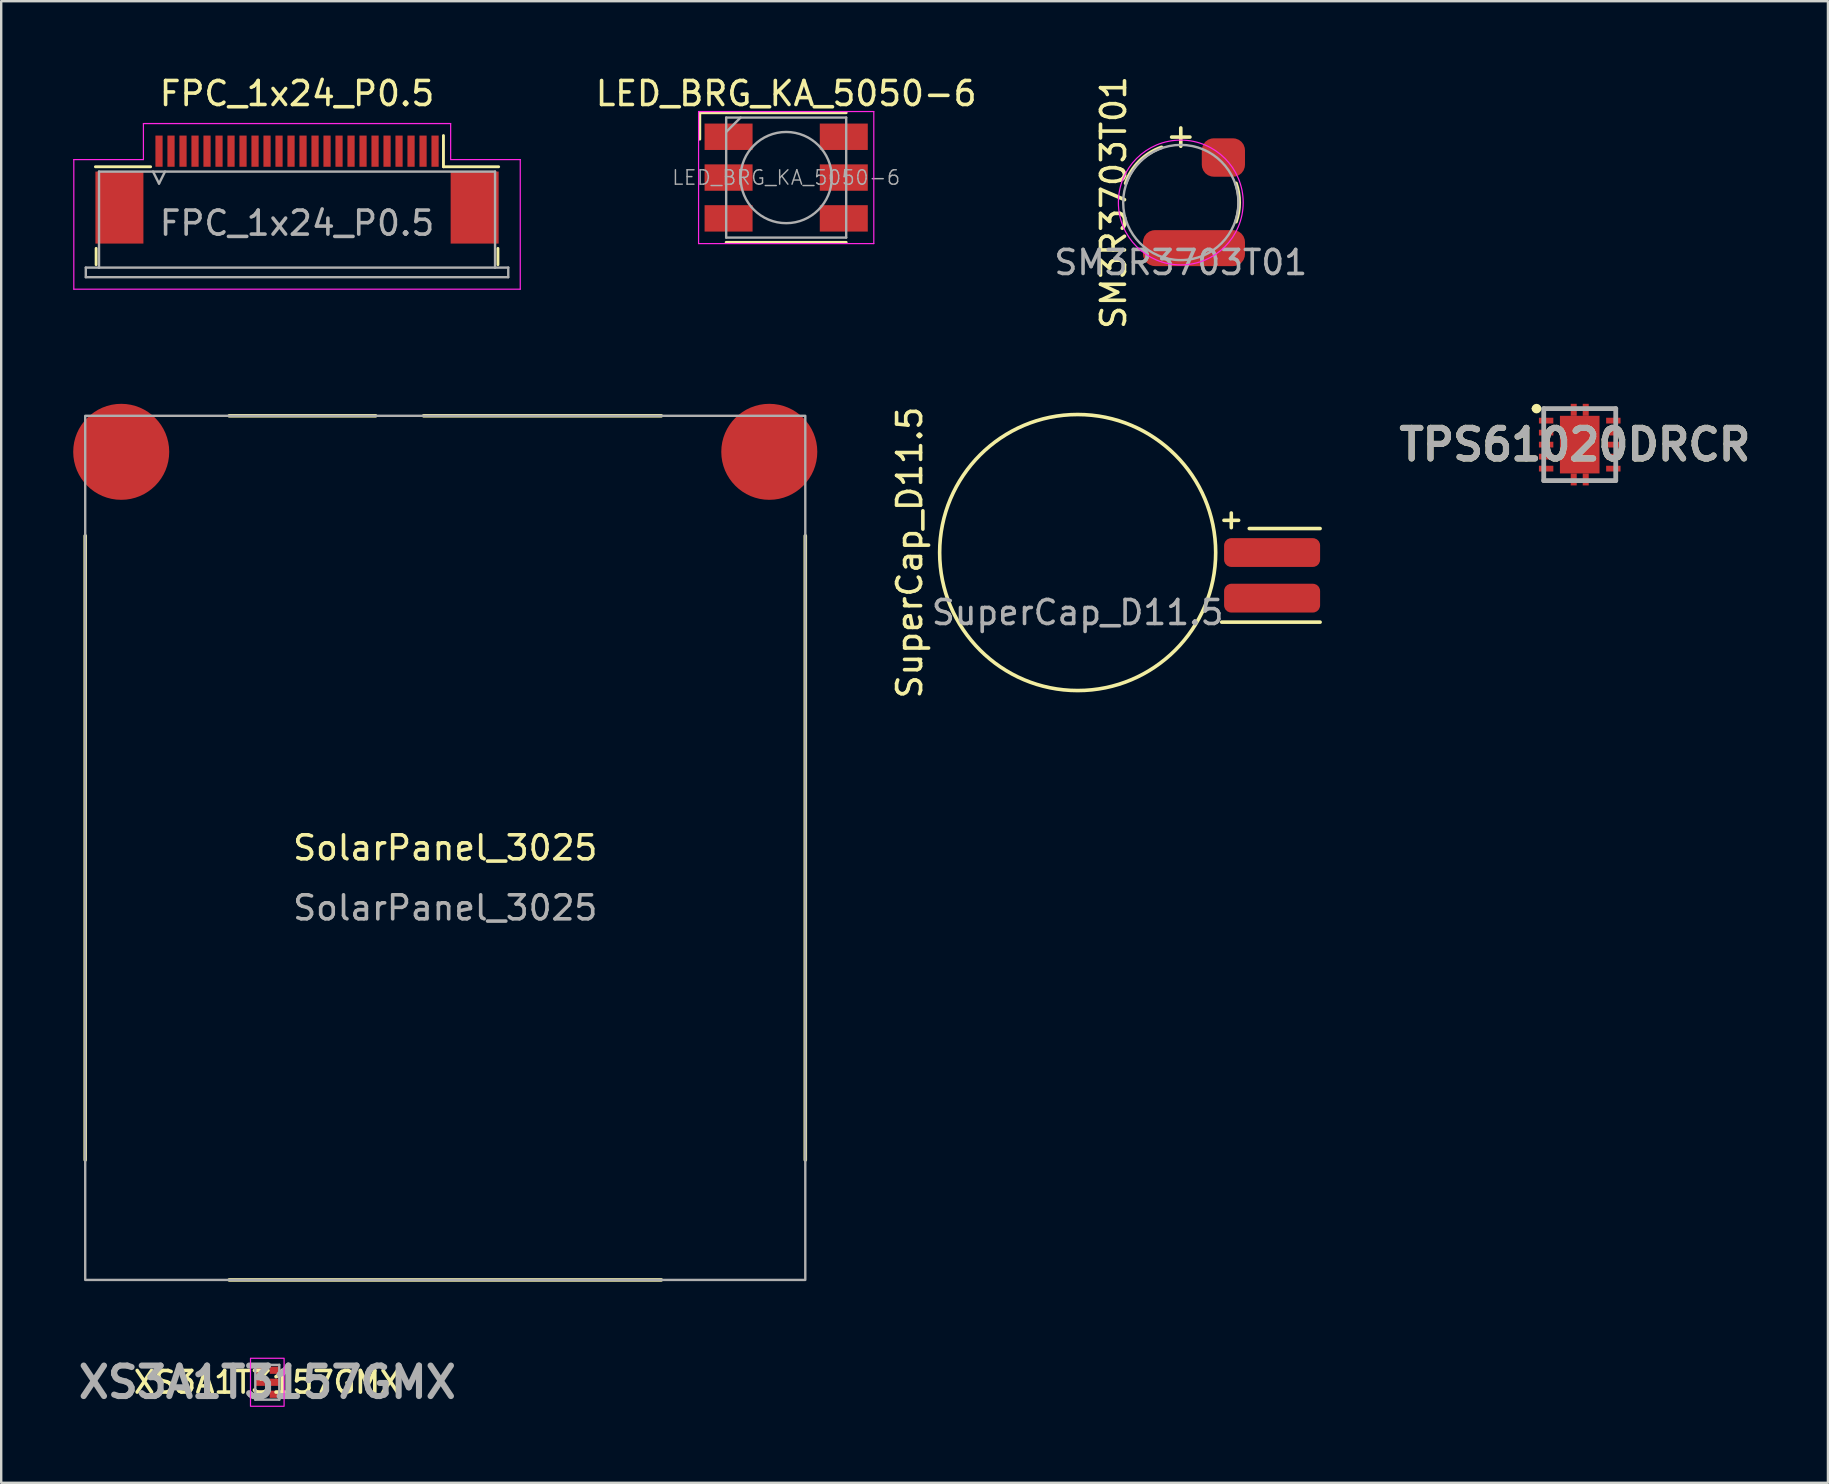
<source format=kicad_pcb>
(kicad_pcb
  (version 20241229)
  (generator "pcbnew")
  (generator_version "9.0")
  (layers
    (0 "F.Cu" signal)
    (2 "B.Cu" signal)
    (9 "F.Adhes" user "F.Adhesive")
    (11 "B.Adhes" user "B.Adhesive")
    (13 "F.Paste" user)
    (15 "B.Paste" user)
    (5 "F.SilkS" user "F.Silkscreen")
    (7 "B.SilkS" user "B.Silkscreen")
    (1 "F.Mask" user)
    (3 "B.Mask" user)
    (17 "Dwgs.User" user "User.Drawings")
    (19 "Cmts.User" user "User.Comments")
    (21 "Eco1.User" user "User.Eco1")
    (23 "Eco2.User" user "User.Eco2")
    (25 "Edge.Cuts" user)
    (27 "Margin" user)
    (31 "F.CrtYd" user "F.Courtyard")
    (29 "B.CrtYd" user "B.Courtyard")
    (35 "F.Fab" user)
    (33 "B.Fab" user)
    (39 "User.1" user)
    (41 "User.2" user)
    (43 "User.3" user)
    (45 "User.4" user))
  (footprint "SuperCap_D11.5"
    (layer "F.Cu")
    (at 41.848 19.97)
    (property "Reference" "SuperCap_D11.5" (at -7 0 90) (unlocked yes) (layer "F.SilkS") (effects (font (size 1 1) (thickness 0.15))))
    (attr smd)
    (fp_line (start 6 2.9) (end 10.1 2.9) (stroke (width 0.15) (type default)) (layer "F.SilkS"))
    (fp_line (start 7.15 -1) (end 10.1 -1) (stroke (width 0.15) (type default)) (layer "F.SilkS"))
    (fp_circle (center 0 0) (end 5.75 0) (stroke (width 0.15) (type default)) (fill no) (layer "F.SilkS"))
    (fp_text user "+" (at 6.4 -1.4 0) (unlocked yes) (layer "F.SilkS") (effects (font (size 0.8 0.8) (thickness 0.15))))
    (fp_text user "${REFERENCE}" (at 0 2.5 0) (unlocked yes) (layer "F.Fab") (effects (font (size 1 1) (thickness 0.15))))
    (pad "1" smd roundrect (at 8.1 0) (size 4 1.2) (layers "F.Cu" "F.Mask" "F.Paste") (roundrect_rratio 0.25))
    (pad "2" smd roundrect (at 8.1 1.9) (size 4 1.2) (layers "F.Cu" "F.Mask" "F.Paste") (roundrect_rratio 0.25)))
  (footprint "LED_BRG_KA_5050-6"
    (layer "F.Cu")
    (at 29.704 4.348)
    (property "Reference" "LED_BRG_KA_5050-6" (at 0 -3.5 180) (layer "F.SilkS") (effects (font (size 1 1) (thickness 0.15))))
    (attr smd)
    (fp_line (start -3.6 -2.7) (end 2.5 -2.7) (stroke (width 0.12) (type solid)) (layer "F.SilkS"))
    (fp_line (start -3.6 -1.6) (end -3.6 -2.7) (stroke (width 0.12) (type solid)) (layer "F.SilkS"))
    (fp_line (start 2.5 2.7) (end -2.5 2.7) (stroke (width 0.12) (type solid)) (layer "F.SilkS"))
    (fp_line (start -3.65 -2.75) (end -3.65 2.75) (stroke (width 0.05) (type solid)) (layer "F.CrtYd"))
    (fp_line (start -3.65 2.75) (end 3.65 2.75) (stroke (width 0.05) (type solid)) (layer "F.CrtYd"))
    (fp_line (start 3.65 -2.75) (end -3.65 -2.75) (stroke (width 0.05) (type solid)) (layer "F.CrtYd"))
    (fp_line (start 3.65 2.75) (end 3.65 -2.75) (stroke (width 0.05) (type solid)) (layer "F.CrtYd"))
    (fp_line (start -2.5 -2.5) (end -2.5 2.5) (stroke (width 0.1) (type solid)) (layer "F.Fab"))
    (fp_line (start -2.5 -1.9) (end -1.9 -2.5) (stroke (width 0.1) (type solid)) (layer "F.Fab"))
    (fp_line (start -2.5 2.5) (end 2.5 2.5) (stroke (width 0.1) (type solid)) (layer "F.Fab"))
    (fp_line (start 2.5 -2.5) (end -2.5 -2.5) (stroke (width 0.1) (type solid)) (layer "F.Fab"))
    (fp_line (start 2.5 2.5) (end 2.5 -2.5) (stroke (width 0.1) (type solid)) (layer "F.Fab"))
    (fp_circle (center 0 0) (end 0 -1.9) (stroke (width 0.1) (type solid)) (fill no) (layer "F.Fab"))
    (fp_text user "${REFERENCE}" (at 0 0 0) (layer "F.Fab") (effects (font (size 0.6 0.6) (thickness 0.06))))
    (pad "1" smd rect (at 2.4 -1.7 90) (size 1.1 2) (layers "F.Cu" "F.Mask" "F.Paste"))
    (pad "2" smd rect (at -2.4 -1.7 90) (size 1.1 2) (layers "F.Cu" "F.Mask" "F.Paste"))
    (pad "3" smd rect (at 2.4 0 90) (size 1.1 2) (layers "F.Cu" "F.Mask" "F.Paste"))
    (pad "4" smd rect (at -2.4 0 90) (size 1.1 2) (layers "F.Cu" "F.Mask" "F.Paste"))
    (pad "5" smd rect (at 2.4 1.7 90) (size 1.1 2) (layers "F.Cu" "F.Mask" "F.Paste"))
    (pad "6" smd rect (at -2.4 1.7 90) (size 1.1 2) (layers "F.Cu" "F.Mask" "F.Paste")))
  (footprint "SM3R3703T01"
    (layer "F.Cu")
    (at 46.144 5.387)
    (property "Reference" "SM3R3703T01" (at -2.8 0 90) (unlocked yes) (layer "F.SilkS") (effects (font (size 1 1) (thickness 0.15))))
    (attr smd)
    (fp_arc (start -2.3 -0.8) (mid -1.721918 -1.721918) (end -0.8 -2.3) (stroke (width 0.15) (type default)) (layer "F.SilkS"))
    (fp_arc (start 2.3 -0.8) (mid 2.435159 0) (end 2.3 0.8) (stroke (width 0.15) (type default)) (layer "F.SilkS"))
    (fp_circle (center 0 0) (end 0 -2.6) (stroke (width 0.05) (type default)) (fill no) (layer "F.CrtYd"))
    (fp_circle (center 0 0) (end 0 -2.4) (stroke (width 0.1) (type default)) (fill no) (layer "F.Fab"))
    (fp_text user "+" (at 0 -2.8 0) (unlocked yes) (layer "F.SilkS") (effects (font (size 1 1) (thickness 0.15))))
    (fp_text user "${REFERENCE}" (at 0 2.5 0) (unlocked yes) (layer "F.Fab") (effects (font (size 1 1) (thickness 0.15))))
    (pad "1" smd roundrect (at 1.775 -1.875) (size 1.8 1.6) (layers "F.Cu" "F.Mask" "F.Paste") (roundrect_rratio 0.312))
    (pad "2" smd roundrect (at 0.55 1.9) (size 4.25 1.5) (layers "F.Cu" "F.Mask" "F.Paste") (roundrect_rratio 0.333)))
  (footprint "XS3A1T3157GMX"
    (layer "F.Cu")
    (at 8.086 54.538)
    (property "Reference" "XS3A1T3157GMX" (at 0 0 0) (layer "F.SilkS") (effects (font (size 0.9 0.9) (thickness 0.15) (bold yes))))
    (attr smd)
    (fp_rect (start -0.7 -1) (end 0.7 1) (stroke (width 0.05) (type default)) (fill no) (layer "F.CrtYd"))
    (fp_line (start -0.5 -0.725) (end -0.5 0.725) (stroke (width 0.1) (type solid)) (layer "F.Fab"))
    (fp_line (start -0.5 0.725) (end 0.5 0.725) (stroke (width 0.1) (type solid)) (layer "F.Fab"))
    (fp_line (start 0.5 -0.725) (end -0.5 -0.725) (stroke (width 0.1) (type solid)) (layer "F.Fab"))
    (fp_line (start 0.5 0.725) (end 0.5 -0.725) (stroke (width 0.1) (type solid)) (layer "F.Fab"))
    (fp_text user "${REFERENCE}" (at 0 0 0) (layer "F.Fab") (effects (font (size 1.27 1.27) (thickness 0.254))))
    (pad "1" smd rect (at -0.3 -0.5 90) (size 0.3 0.4) (layers "F.Cu" "F.Mask" "F.Paste"))
    (pad "2" smd rect (at -0.3 0 90) (size 0.3 0.4) (layers "F.Cu" "F.Mask" "F.Paste"))
    (pad "3" smd rect (at -0.3 0.5 90) (size 0.3 0.4) (layers "F.Cu" "F.Mask" "F.Paste"))
    (pad "4" smd rect (at 0.3 0.5 90) (size 0.3 0.4) (layers "F.Cu" "F.Mask" "F.Paste"))
    (pad "5" smd rect (at 0.3 0 90) (size 0.3 0.4) (layers "F.Cu" "F.Mask" "F.Paste"))
    (pad "6" smd rect (at 0.3 -0.5 90) (size 0.3 0.4) (layers "F.Cu" "F.Mask" "F.Paste")))
  (footprint "SolarPanel_3025"
    (layer "F.Cu")
    (at 15.5 32.274)
    (property "Reference" "SolarPanel_3025" (at 0 0 0) (unlocked yes) (layer "F.SilkS") (effects (font (size 1 1) (thickness 0.15))))
    (attr smd)
    (fp_line (start -15 -13) (end -15 13) (stroke (width 0.15) (type default)) (layer "F.SilkS"))
    (fp_line (start -9 -18) (end -2.9 -18) (stroke (width 0.15) (type default)) (layer "F.SilkS"))
    (fp_line (start -9 18) (end 9 18) (stroke (width 0.15) (type default)) (layer "F.SilkS"))
    (fp_line (start -0.9 -18) (end 9 -18) (stroke (width 0.15) (type default)) (layer "F.SilkS"))
    (fp_line (start 15 -13) (end 15 13) (stroke (width 0.15) (type default)) (layer "F.SilkS"))
    (fp_rect (start -15 -18) (end 15 18) (stroke (width 0.1) (type default)) (fill no) (layer "F.Fab"))
    (fp_text user "${REFERENCE}" (at 0 2.5 0) (unlocked yes) (layer "F.Fab") (effects (font (size 1 1) (thickness 0.15))))
    (pad "1" smd circle (at 13.5 -16.5) (size 4 4) (layers "F.Cu" "F.Mask" "F.Paste"))
    (pad "2" smd circle (at -13.5 -16.5) (size 4 4) (layers "F.Cu" "F.Mask" "F.Paste")))
  (footprint "TPS61020DRCR"
    (layer "F.Cu")
    (at 62.765 15.474)
    (property "Reference" "TPS61020DRCR" (at -0.2 0 0) (layer "F.SilkS") (effects (font (size 1.27 1.27) (thickness 0.254))))
    (attr smd)
    (fp_line (start -1.9 -1.5) (end -1.9 -1.5) (stroke (width 0.2) (type solid)) (layer "F.SilkS"))
    (fp_line (start -1.7 -1.5) (end -1.7 -1.5) (stroke (width 0.2) (type solid)) (layer "F.SilkS"))
    (fp_line (start -1.5 -1.5) (end -1.5 -1.4) (stroke (width 0.1) (type solid)) (layer "F.SilkS"))
    (fp_line (start -1.5 1.5) (end -1.5 1.4) (stroke (width 0.1) (type solid)) (layer "F.SilkS"))
    (fp_line (start -0.8 -1.5) (end -1.5 -1.5) (stroke (width 0.1) (type solid)) (layer "F.SilkS"))
    (fp_line (start -0.8 1.5) (end -1.5 1.5) (stroke (width 0.1) (type solid)) (layer "F.SilkS"))
    (fp_line (start 0.8 -1.5) (end 1.5 -1.5) (stroke (width 0.1) (type solid)) (layer "F.SilkS"))
    (fp_line (start 0.8 1.5) (end 1.5 1.5) (stroke (width 0.1) (type solid)) (layer "F.SilkS"))
    (fp_line (start 1.5 -1.5) (end 1.5 -1.4) (stroke (width 0.1) (type solid)) (layer "F.SilkS"))
    (fp_line (start 1.5 1.5) (end 1.5 1.4) (stroke (width 0.1) (type solid)) (layer "F.SilkS"))
    (fp_arc (start -1.9 -1.5) (mid -1.8 -1.6) (end -1.7 -1.5) (stroke (width 0.2) (type solid)) (layer "F.SilkS"))
    (fp_arc (start -1.7 -1.5) (mid -1.8 -1.4) (end -1.9 -1.5) (stroke (width 0.2) (type solid)) (layer "F.SilkS"))
    (fp_line (start -1.5 -1.5) (end 1.5 -1.5) (stroke (width 0.2) (type solid)) (layer "F.Fab"))
    (fp_line (start -1.5 1.5) (end -1.5 -1.5) (stroke (width 0.2) (type solid)) (layer "F.Fab"))
    (fp_line (start 1.5 -1.5) (end 1.5 1.5) (stroke (width 0.2) (type solid)) (layer "F.Fab"))
    (fp_line (start 1.5 1.5) (end -1.5 1.5) (stroke (width 0.2) (type solid)) (layer "F.Fab"))
    (fp_text user "${REFERENCE}" (at -0.2 0 0) (layer "F.Fab") (effects (font (size 1.27 1.27) (thickness 0.254))))
    (pad "1" smd rect (at -1.4 -1 90) (size 0.24 0.6) (layers "F.Cu" "F.Mask" "F.Paste"))
    (pad "2" smd rect (at -1.4 -0.5 90) (size 0.24 0.6) (layers "F.Cu" "F.Mask" "F.Paste"))
    (pad "3" smd rect (at -1.4 0 90) (size 0.24 0.6) (layers "F.Cu" "F.Mask" "F.Paste"))
    (pad "4" smd rect (at -1.4 0.5 90) (size 0.24 0.6) (layers "F.Cu" "F.Mask" "F.Paste"))
    (pad "5" smd rect (at -1.4 1 90) (size 0.24 0.6) (layers "F.Cu" "F.Mask" "F.Paste"))
    (pad "6" smd rect (at 1.4 1 90) (size 0.24 0.6) (layers "F.Cu" "F.Mask" "F.Paste"))
    (pad "7" smd rect (at 1.4 0.5 90) (size 0.24 0.6) (layers "F.Cu" "F.Mask" "F.Paste"))
    (pad "8" smd rect (at 1.4 0 90) (size 0.24 0.6) (layers "F.Cu" "F.Mask" "F.Paste"))
    (pad "9" smd rect (at 1.4 -0.5 90) (size 0.24 0.6) (layers "F.Cu" "F.Mask" "F.Paste"))
    (pad "10" smd rect (at 1.4 -1 90) (size 0.24 0.6) (layers "F.Cu" "F.Mask" "F.Paste"))
    (pad "11" smd rect (at 0 0) (size 1.65 2.4) (layers "F.Cu" "F.Mask" "F.Paste"))
    (pad "A11" smd rect (at -0.25 -1.45) (size 0.25 0.5) (layers "F.Cu" "F.Mask" "F.Paste"))
    (pad "B11" smd rect (at 0.25 -1.45) (size 0.25 0.5) (layers "F.Cu" "F.Mask" "F.Paste"))
    (pad "C11" smd rect (at -0.25 1.45) (size 0.25 0.5) (layers "F.Cu" "F.Mask" "F.Paste"))
    (pad "D11" smd rect (at 0.25 1.45) (size 0.25 0.5) (layers "F.Cu" "F.Mask" "F.Paste")))
  (footprint "FPC_1x24_P0.5"
    (layer "F.Cu")
    (at 9.325 4.848)
    (property "Reference" "FPC_1x24_P0.5" (at 0 -4 0) (layer "F.SilkS") (effects (font (size 1 1) (thickness 0.15))))
    (attr smd)
    (fp_line (start -8.37 2.45) (end -8.37 3.13) (stroke (width 0.12) (type solid)) (layer "F.SilkS"))
    (fp_line (start -6.1 -0.95) (end -8.4 -0.95) (stroke (width 0.12) (type solid)) (layer "F.SilkS"))
    (fp_line (start 6.1 -0.95) (end 6.1 -2.25) (stroke (width 0.12) (type solid)) (layer "F.SilkS"))
    (fp_line (start 6.1 -0.95) (end 8.4 -0.95) (stroke (width 0.12) (type solid)) (layer "F.SilkS"))
    (fp_line (start 8.37 2.45) (end 8.37 3.13) (stroke (width 0.12) (type solid)) (layer "F.SilkS"))
    (fp_line (start -9.3 -1.25) (end -9.3 4.15) (stroke (width 0.05) (type solid)) (layer "F.CrtYd"))
    (fp_line (start -9.3 4.15) (end 9.3 4.15) (stroke (width 0.05) (type solid)) (layer "F.CrtYd"))
    (fp_line (start -6.4 -2.75) (end -6.4 -1.25) (stroke (width 0.05) (type solid)) (layer "F.CrtYd"))
    (fp_line (start -6.4 -1.25) (end -9.3 -1.25) (stroke (width 0.05) (type solid)) (layer "F.CrtYd"))
    (fp_line (start 6.4 -2.75) (end -6.4 -2.75) (stroke (width 0.05) (type solid)) (layer "F.CrtYd"))
    (fp_line (start 6.4 -1.25) (end 6.4 -2.75) (stroke (width 0.05) (type solid)) (layer "F.CrtYd"))
    (fp_line (start 9.3 -1.25) (end 6.4 -1.25) (stroke (width 0.05) (type solid)) (layer "F.CrtYd"))
    (fp_line (start 9.3 4.15) (end 9.3 -1.25) (stroke (width 0.05) (type solid)) (layer "F.CrtYd"))
    (fp_line (start -8.8 3.25) (end -8.8 3.65) (stroke (width 0.1) (type solid)) (layer "F.Fab"))
    (fp_line (start -8.8 3.65) (end 8.8 3.65) (stroke (width 0.1) (type solid)) (layer "F.Fab"))
    (fp_line (start -8.25 -0.75) (end 8.25 -0.75) (stroke (width 0.1) (type solid)) (layer "F.Fab"))
    (fp_line (start -8.25 3.25) (end -8.8 3.25) (stroke (width 0.1) (type solid)) (layer "F.Fab"))
    (fp_line (start -8.25 3.25) (end -8.25 -0.75) (stroke (width 0.1) (type solid)) (layer "F.Fab"))
    (fp_line (start -6 -0.75) (end -5.75 -0.25) (stroke (width 0.1) (type solid)) (layer "F.Fab"))
    (fp_line (start -5.75 -0.25) (end -5.5 -0.75) (stroke (width 0.1) (type solid)) (layer "F.Fab"))
    (fp_line (start 8.25 3.25) (end -8.25 3.25) (stroke (width 0.1) (type solid)) (layer "F.Fab"))
    (fp_line (start 8.25 3.25) (end 8.25 -0.75) (stroke (width 0.1) (type solid)) (layer "F.Fab"))
    (fp_line (start 8.8 3.25) (end 8.25 3.25) (stroke (width 0.1) (type solid)) (layer "F.Fab"))
    (fp_line (start 8.8 3.65) (end 8.8 3.25) (stroke (width 0.1) (type solid)) (layer "F.Fab"))
    (fp_text user "${REFERENCE}" (at 0 1.4 0) (unlocked yes) (layer "F.Fab") (effects (font (size 1 1) (thickness 0.15))))
    (pad "1" smd rect (at 5.75 -1.6) (size 0.3 1.3) (layers "F.Cu" "F.Mask" "F.Paste"))
    (pad "2" smd rect (at 5.25 -1.6) (size 0.3 1.3) (layers "F.Cu" "F.Mask" "F.Paste"))
    (pad "3" smd rect (at 4.75 -1.6) (size 0.3 1.3) (layers "F.Cu" "F.Mask" "F.Paste"))
    (pad "4" smd rect (at 4.25 -1.6) (size 0.3 1.3) (layers "F.Cu" "F.Mask" "F.Paste"))
    (pad "5" smd rect (at 3.75 -1.6) (size 0.3 1.3) (layers "F.Cu" "F.Mask" "F.Paste"))
    (pad "6" smd rect (at 3.25 -1.6) (size 0.3 1.3) (layers "F.Cu" "F.Mask" "F.Paste"))
    (pad "7" smd rect (at 2.75 -1.6) (size 0.3 1.3) (layers "F.Cu" "F.Mask" "F.Paste"))
    (pad "8" smd rect (at 2.25 -1.6) (size 0.3 1.3) (layers "F.Cu" "F.Mask" "F.Paste"))
    (pad "9" smd rect (at 1.75 -1.6) (size 0.3 1.3) (layers "F.Cu" "F.Mask" "F.Paste"))
    (pad "10" smd rect (at 1.25 -1.6) (size 0.3 1.3) (layers "F.Cu" "F.Mask" "F.Paste"))
    (pad "11" smd rect (at 0.75 -1.6) (size 0.3 1.3) (layers "F.Cu" "F.Mask" "F.Paste"))
    (pad "12" smd rect (at 0.25 -1.6) (size 0.3 1.3) (layers "F.Cu" "F.Mask" "F.Paste"))
    (pad "13" smd rect (at -0.25 -1.6) (size 0.3 1.3) (layers "F.Cu" "F.Mask" "F.Paste"))
    (pad "14" smd rect (at -0.75 -1.6) (size 0.3 1.3) (layers "F.Cu" "F.Mask" "F.Paste"))
    (pad "15" smd rect (at -1.25 -1.6) (size 0.3 1.3) (layers "F.Cu" "F.Mask" "F.Paste"))
    (pad "16" smd rect (at -1.75 -1.6) (size 0.3 1.3) (layers "F.Cu" "F.Mask" "F.Paste"))
    (pad "17" smd rect (at -2.25 -1.6) (size 0.3 1.3) (layers "F.Cu" "F.Mask" "F.Paste"))
    (pad "18" smd rect (at -3.25 -1.6) (size 0.3 1.3) (layers "F.Cu" "F.Mask" "F.Paste"))
    (pad "19" smd rect (at -2.75 -1.6) (size 0.3 1.3) (layers "F.Cu" "F.Mask" "F.Paste"))
    (pad "20" smd rect (at -3.75 -1.6) (size 0.3 1.3) (layers "F.Cu" "F.Mask" "F.Paste"))
    (pad "21" smd rect (at -4.25 -1.6) (size 0.3 1.3) (layers "F.Cu" "F.Mask" "F.Paste"))
    (pad "22" smd rect (at -4.75 -1.6) (size 0.3 1.3) (layers "F.Cu" "F.Mask" "F.Paste"))
    (pad "23" smd rect (at -5.25 -1.6) (size 0.3 1.3) (layers "F.Cu" "F.Mask" "F.Paste"))
    (pad "24" smd rect (at -5.75 -1.6) (size 0.3 1.3) (layers "F.Cu" "F.Mask" "F.Paste"))
    (pad "MP" smd rect (at -7.4 0.75) (size 2 3) (layers "F.Cu" "F.Mask" "F.Paste"))
    (pad "MP" smd rect (at 7.4 0.75) (size 2 3) (layers "F.Cu" "F.Mask" "F.Paste")))
  (gr_rect
    (start -3 -3)
    (end 73.106 58.726)
    (stroke (width 0.1) (type default))
    (fill no)
    (layer "Edge.Cuts")))
</source>
